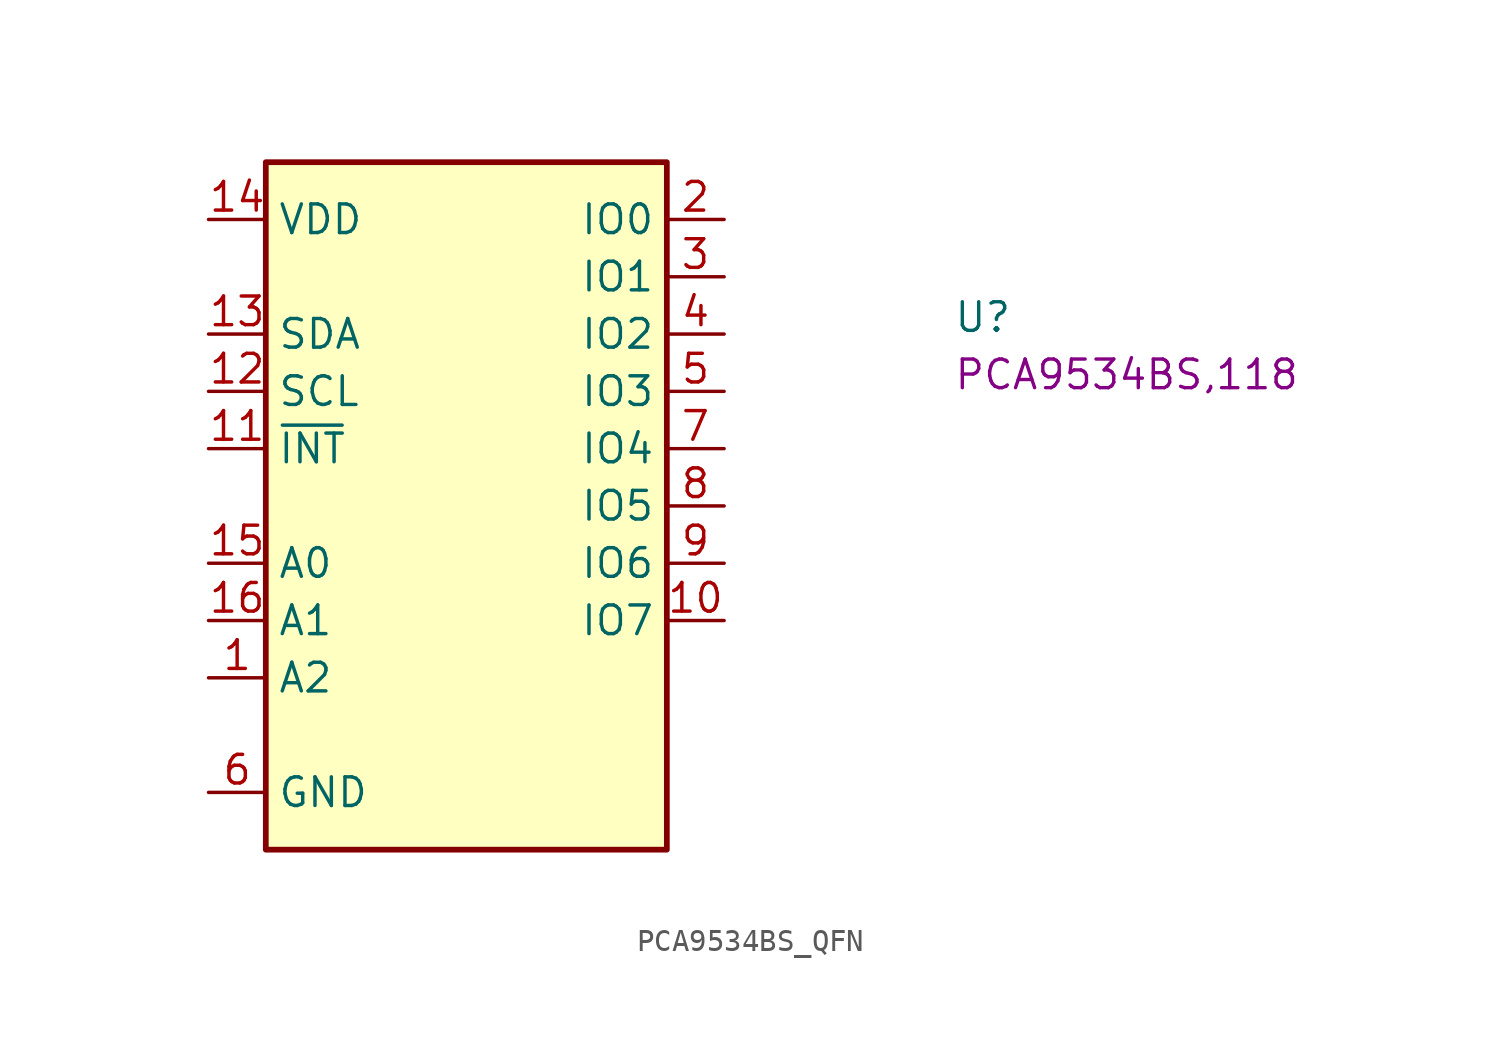
<source format=kicad_sym>
(kicad_symbol_lib
  (version 20220914)
  (generator kicad_symbol_editor)
  (symbol "PCA9534BS_QFN"
    (property "Reference" "U"
      (at 33.02 -5.08 0)
      (effects (font (size 1.27 1.27) (thickness 0.15)) (justify left bottom)))
    (property "MPN" "PCA9534BS,118"
      (at 33.02 -7.62 0)
      (effects (font (size 1.27 1.27) (thickness 0.15)) (justify left bottom)))
    (symbol "PCA9534BS_QFN_1_1"
      (rectangle (start 2.54 2.54) (end 20.32 -27.94) (stroke (width 0.254) (type default)) (fill (type background)))
      (pin input line (at 0 -20.32 0) (length 2.54) (name "A2" (effects (font (size 1.27 1.27)))) (number "1" (effects (font (size 1.27 1.27)))))
      (pin bidirectional line (at 22.86 -17.78 180) (length 2.54) (name "IO7" (effects (font (size 1.27 1.27)))) (number "10" (effects (font (size 1.27 1.27)))))
      (pin output line (at 0 -10.16 0) (length 2.54) (name "~{INT}" (effects (font (size 1.27 1.27)))) (number "11" (effects (font (size 1.27 1.27)))))
      (pin input line (at 0 -7.62 0) (length 2.54) (name "SCL" (effects (font (size 1.27 1.27)))) (number "12" (effects (font (size 1.27 1.27)))))
      (pin bidirectional line (at 0 -5.08 0) (length 2.54) (name "SDA" (effects (font (size 1.27 1.27)))) (number "13" (effects (font (size 1.27 1.27)))))
      (pin power_in line (at 0 0 0) (length 2.54) (name "VDD" (effects (font (size 1.27 1.27)))) (number "14" (effects (font (size 1.27 1.27)))))
      (pin input line (at 0 -15.24 0) (length 2.54) (name "A0" (effects (font (size 1.27 1.27)))) (number "15" (effects (font (size 1.27 1.27)))))
      (pin input line (at 0 -17.78 0) (length 2.54) (name "A1" (effects (font (size 1.27 1.27)))) (number "16" (effects (font (size 1.27 1.27)))))
      (pin passive line (at 0 -25.4 0) (length 2.54) hide (name "GND" (effects (font (size 1.27 1.27)))) (number "17" (effects (font (size 1.27 1.27)))))
      (pin bidirectional line (at 22.86 0 180) (length 2.54) (name "IO0" (effects (font (size 1.27 1.27)))) (number "2" (effects (font (size 1.27 1.27)))))
      (pin bidirectional line (at 22.86 -2.54 180) (length 2.54) (name "IO1" (effects (font (size 1.27 1.27)))) (number "3" (effects (font (size 1.27 1.27)))))
      (pin bidirectional line (at 22.86 -5.08 180) (length 2.54) (name "IO2" (effects (font (size 1.27 1.27)))) (number "4" (effects (font (size 1.27 1.27)))))
      (pin bidirectional line (at 22.86 -7.62 180) (length 2.54) (name "IO3" (effects (font (size 1.27 1.27)))) (number "5" (effects (font (size 1.27 1.27)))))
      (pin power_in line (at 0 -25.4 0) (length 2.54) (name "GND" (effects (font (size 1.27 1.27)))) (number "6" (effects (font (size 1.27 1.27)))))
      (pin bidirectional line (at 22.86 -10.16 180) (length 2.54) (name "IO4" (effects (font (size 1.27 1.27)))) (number "7" (effects (font (size 1.27 1.27)))))
      (pin bidirectional line (at 22.86 -12.7 180) (length 2.54) (name "IO5" (effects (font (size 1.27 1.27)))) (number "8" (effects (font (size 1.27 1.27)))))
      (pin bidirectional line (at 22.86 -15.24 180) (length 2.54) (name "IO6" (effects (font (size 1.27 1.27)))) (number "9" (effects (font (size 1.27 1.27))))))))
</source>
